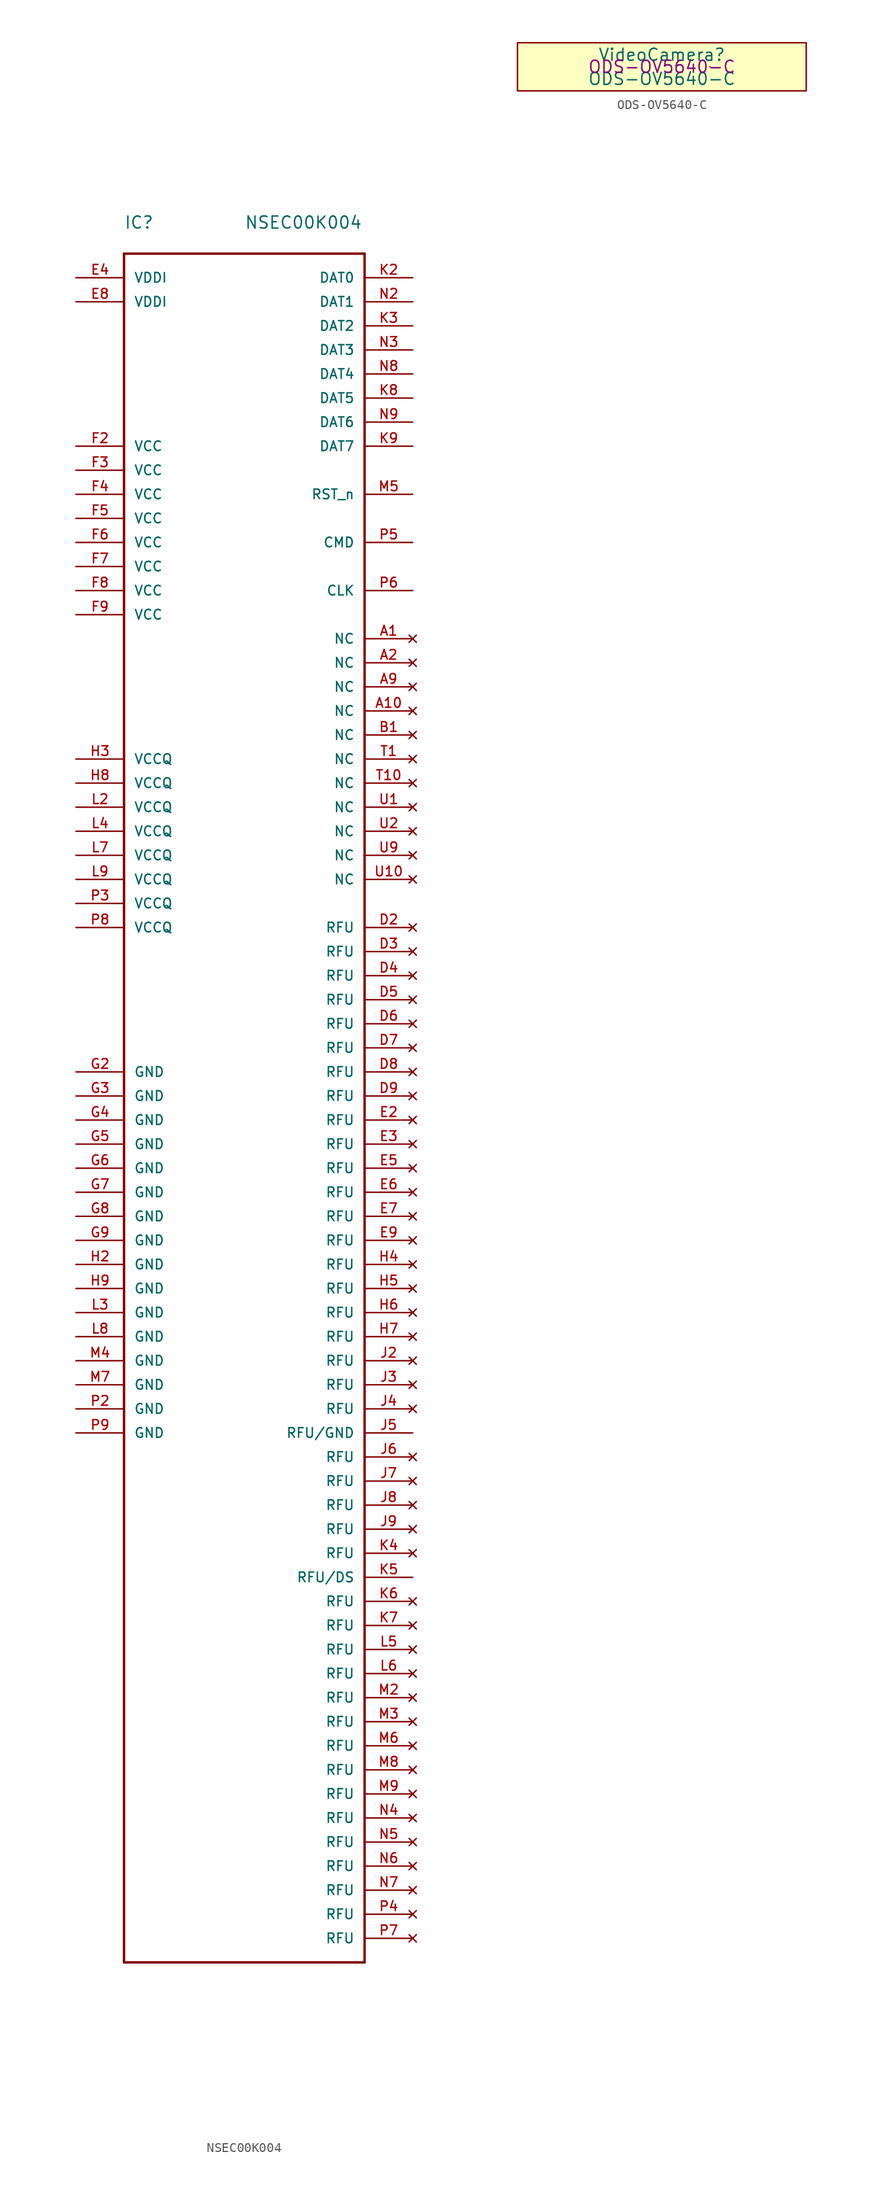
<source format=kicad_sym>
(kicad_symbol_lib
  (version 20220914)
  (generator kicad_symbol_editor)
  (symbol "NSEC00K004"
    (pin_names
      (offset 1.016))
    (property "Reference" "IC"
      (at 0 2.54 0)
      (effects (font (size 1.27 1.27)) (justify left bottom)))
    (property "Value" "NSEC00K004"
      (at 12.7 2.54 0)
      (effects (font (size 1.27 1.27)) (justify left bottom)))
    (symbol "NSEC00K004_1_0"
      (polyline (pts (xy 0 -180.34) (xy 0 0)) (stroke (width 0.254) (type solid)) (fill (type none)))
      (polyline (pts (xy 0 0) (xy 25.4 0)) (stroke (width 0.254) (type solid)) (fill (type none)))
      (polyline (pts (xy 25.4 -180.34) (xy 0 -180.34)) (stroke (width 0.254) (type solid)) (fill (type none)))
      (polyline (pts (xy 25.4 0) (xy 25.4 -180.34)) (stroke (width 0.254) (type solid)) (fill (type none))))
    (symbol "NSEC00K004_1_1"
      (pin no_connect line (at 30.48 -40.64 180) (length 5.08) (name "NC" (effects (font (size 1.016 1.016)))) (number "A1" (effects (font (size 1.016 1.016)))))
      (pin no_connect line (at 30.48 -48.26 180) (length 5.08) (name "NC" (effects (font (size 1.016 1.016)))) (number "A10" (effects (font (size 1.016 1.016)))))
      (pin no_connect line (at 30.48 -43.18 180) (length 5.08) (name "NC" (effects (font (size 1.016 1.016)))) (number "A2" (effects (font (size 1.016 1.016)))))
      (pin no_connect line (at 30.48 -45.72 180) (length 5.08) (name "NC" (effects (font (size 1.016 1.016)))) (number "A9" (effects (font (size 1.016 1.016)))))
      (pin no_connect line (at 30.48 -50.8 180) (length 5.08) (name "NC" (effects (font (size 1.016 1.016)))) (number "B1" (effects (font (size 1.016 1.016)))))
      (pin no_connect line (at 30.48 -71.12 180) (length 5.08) (name "RFU" (effects (font (size 1.016 1.016)))) (number "D2" (effects (font (size 1.016 1.016)))))
      (pin no_connect line (at 30.48 -73.66 180) (length 5.08) (name "RFU" (effects (font (size 1.016 1.016)))) (number "D3" (effects (font (size 1.016 1.016)))))
      (pin no_connect line (at 30.48 -76.2 180) (length 5.08) (name "RFU" (effects (font (size 1.016 1.016)))) (number "D4" (effects (font (size 1.016 1.016)))))
      (pin no_connect line (at 30.48 -78.74 180) (length 5.08) (name "RFU" (effects (font (size 1.016 1.016)))) (number "D5" (effects (font (size 1.016 1.016)))))
      (pin no_connect line (at 30.48 -81.28 180) (length 5.08) (name "RFU" (effects (font (size 1.016 1.016)))) (number "D6" (effects (font (size 1.016 1.016)))))
      (pin no_connect line (at 30.48 -83.82 180) (length 5.08) (name "RFU" (effects (font (size 1.016 1.016)))) (number "D7" (effects (font (size 1.016 1.016)))))
      (pin no_connect line (at 30.48 -86.36 180) (length 5.08) (name "RFU" (effects (font (size 1.016 1.016)))) (number "D8" (effects (font (size 1.016 1.016)))))
      (pin no_connect line (at 30.48 -88.9 180) (length 5.08) (name "RFU" (effects (font (size 1.016 1.016)))) (number "D9" (effects (font (size 1.016 1.016)))))
      (pin no_connect line (at 30.48 -91.44 180) (length 5.08) (name "RFU" (effects (font (size 1.016 1.016)))) (number "E2" (effects (font (size 1.016 1.016)))))
      (pin no_connect line (at 30.48 -93.98 180) (length 5.08) (name "RFU" (effects (font (size 1.016 1.016)))) (number "E3" (effects (font (size 1.016 1.016)))))
      (pin power_in line (at -5.08 -2.54 0) (length 5.08) (name "VDDI" (effects (font (size 1.016 1.016)))) (number "E4" (effects (font (size 1.016 1.016)))))
      (pin no_connect line (at 30.48 -96.52 180) (length 5.08) (name "RFU" (effects (font (size 1.016 1.016)))) (number "E5" (effects (font (size 1.016 1.016)))))
      (pin no_connect line (at 30.48 -99.06 180) (length 5.08) (name "RFU" (effects (font (size 1.016 1.016)))) (number "E6" (effects (font (size 1.016 1.016)))))
      (pin no_connect line (at 30.48 -101.6 180) (length 5.08) (name "RFU" (effects (font (size 1.016 1.016)))) (number "E7" (effects (font (size 1.016 1.016)))))
      (pin power_in line (at -5.08 -5.08 0) (length 5.08) (name "VDDI" (effects (font (size 1.016 1.016)))) (number "E8" (effects (font (size 1.016 1.016)))))
      (pin no_connect line (at 30.48 -104.14 180) (length 5.08) (name "RFU" (effects (font (size 1.016 1.016)))) (number "E9" (effects (font (size 1.016 1.016)))))
      (pin power_in line (at -5.08 -20.32 0) (length 5.08) (name "VCC" (effects (font (size 1.016 1.016)))) (number "F2" (effects (font (size 1.016 1.016)))))
      (pin power_in line (at -5.08 -22.86 0) (length 5.08) (name "VCC" (effects (font (size 1.016 1.016)))) (number "F3" (effects (font (size 1.016 1.016)))))
      (pin power_in line (at -5.08 -25.4 0) (length 5.08) (name "VCC" (effects (font (size 1.016 1.016)))) (number "F4" (effects (font (size 1.016 1.016)))))
      (pin power_in line (at -5.08 -27.94 0) (length 5.08) (name "VCC" (effects (font (size 1.016 1.016)))) (number "F5" (effects (font (size 1.016 1.016)))))
      (pin power_in line (at -5.08 -30.48 0) (length 5.08) (name "VCC" (effects (font (size 1.016 1.016)))) (number "F6" (effects (font (size 1.016 1.016)))))
      (pin power_in line (at -5.08 -33.02 0) (length 5.08) (name "VCC" (effects (font (size 1.016 1.016)))) (number "F7" (effects (font (size 1.016 1.016)))))
      (pin power_in line (at -5.08 -35.56 0) (length 5.08) (name "VCC" (effects (font (size 1.016 1.016)))) (number "F8" (effects (font (size 1.016 1.016)))))
      (pin power_in line (at -5.08 -38.1 0) (length 5.08) (name "VCC" (effects (font (size 1.016 1.016)))) (number "F9" (effects (font (size 1.016 1.016)))))
      (pin power_in line (at -5.08 -86.36 0) (length 5.08) (name "GND" (effects (font (size 1.016 1.016)))) (number "G2" (effects (font (size 1.016 1.016)))))
      (pin power_in line (at -5.08 -88.9 0) (length 5.08) (name "GND" (effects (font (size 1.016 1.016)))) (number "G3" (effects (font (size 1.016 1.016)))))
      (pin power_in line (at -5.08 -91.44 0) (length 5.08) (name "GND" (effects (font (size 1.016 1.016)))) (number "G4" (effects (font (size 1.016 1.016)))))
      (pin power_in line (at -5.08 -93.98 0) (length 5.08) (name "GND" (effects (font (size 1.016 1.016)))) (number "G5" (effects (font (size 1.016 1.016)))))
      (pin power_in line (at -5.08 -96.52 0) (length 5.08) (name "GND" (effects (font (size 1.016 1.016)))) (number "G6" (effects (font (size 1.016 1.016)))))
      (pin power_in line (at -5.08 -99.06 0) (length 5.08) (name "GND" (effects (font (size 1.016 1.016)))) (number "G7" (effects (font (size 1.016 1.016)))))
      (pin power_in line (at -5.08 -101.6 0) (length 5.08) (name "GND" (effects (font (size 1.016 1.016)))) (number "G8" (effects (font (size 1.016 1.016)))))
      (pin power_in line (at -5.08 -104.14 0) (length 5.08) (name "GND" (effects (font (size 1.016 1.016)))) (number "G9" (effects (font (size 1.016 1.016)))))
      (pin power_in line (at -5.08 -106.68 0) (length 5.08) (name "GND" (effects (font (size 1.016 1.016)))) (number "H2" (effects (font (size 1.016 1.016)))))
      (pin power_in line (at -5.08 -53.34 0) (length 5.08) (name "VCCQ" (effects (font (size 1.016 1.016)))) (number "H3" (effects (font (size 1.016 1.016)))))
      (pin no_connect line (at 30.48 -106.68 180) (length 5.08) (name "RFU" (effects (font (size 1.016 1.016)))) (number "H4" (effects (font (size 1.016 1.016)))))
      (pin no_connect line (at 30.48 -109.22 180) (length 5.08) (name "RFU" (effects (font (size 1.016 1.016)))) (number "H5" (effects (font (size 1.016 1.016)))))
      (pin no_connect line (at 30.48 -111.76 180) (length 5.08) (name "RFU" (effects (font (size 1.016 1.016)))) (number "H6" (effects (font (size 1.016 1.016)))))
      (pin no_connect line (at 30.48 -114.3 180) (length 5.08) (name "RFU" (effects (font (size 1.016 1.016)))) (number "H7" (effects (font (size 1.016 1.016)))))
      (pin power_in line (at -5.08 -55.88 0) (length 5.08) (name "VCCQ" (effects (font (size 1.016 1.016)))) (number "H8" (effects (font (size 1.016 1.016)))))
      (pin power_in line (at -5.08 -109.22 0) (length 5.08) (name "GND" (effects (font (size 1.016 1.016)))) (number "H9" (effects (font (size 1.016 1.016)))))
      (pin no_connect line (at 30.48 -116.84 180) (length 5.08) (name "RFU" (effects (font (size 1.016 1.016)))) (number "J2" (effects (font (size 1.016 1.016)))))
      (pin no_connect line (at 30.48 -119.38 180) (length 5.08) (name "RFU" (effects (font (size 1.016 1.016)))) (number "J3" (effects (font (size 1.016 1.016)))))
      (pin no_connect line (at 30.48 -121.92 180) (length 5.08) (name "RFU" (effects (font (size 1.016 1.016)))) (number "J4" (effects (font (size 1.016 1.016)))))
      (pin power_in line (at 30.48 -124.46 180) (length 5.08) (name "RFU/GND" (effects (font (size 1.016 1.016)))) (number "J5" (effects (font (size 1.016 1.016)))))
      (pin no_connect line (at 30.48 -127 180) (length 5.08) (name "RFU" (effects (font (size 1.016 1.016)))) (number "J6" (effects (font (size 1.016 1.016)))))
      (pin no_connect line (at 30.48 -129.54 180) (length 5.08) (name "RFU" (effects (font (size 1.016 1.016)))) (number "J7" (effects (font (size 1.016 1.016)))))
      (pin no_connect line (at 30.48 -132.08 180) (length 5.08) (name "RFU" (effects (font (size 1.016 1.016)))) (number "J8" (effects (font (size 1.016 1.016)))))
      (pin no_connect line (at 30.48 -134.62 180) (length 5.08) (name "RFU" (effects (font (size 1.016 1.016)))) (number "J9" (effects (font (size 1.016 1.016)))))
      (pin bidirectional line (at 30.48 -2.54 180) (length 5.08) (name "DAT0" (effects (font (size 1.016 1.016)))) (number "K2" (effects (font (size 1.016 1.016)))))
      (pin bidirectional line (at 30.48 -7.62 180) (length 5.08) (name "DAT2" (effects (font (size 1.016 1.016)))) (number "K3" (effects (font (size 1.016 1.016)))))
      (pin no_connect line (at 30.48 -137.16 180) (length 5.08) (name "RFU" (effects (font (size 1.016 1.016)))) (number "K4" (effects (font (size 1.016 1.016)))))
      (pin input line (at 30.48 -139.7 180) (length 5.08) (name "RFU/DS" (effects (font (size 1.016 1.016)))) (number "K5" (effects (font (size 1.016 1.016)))))
      (pin no_connect line (at 30.48 -142.24 180) (length 5.08) (name "RFU" (effects (font (size 1.016 1.016)))) (number "K6" (effects (font (size 1.016 1.016)))))
      (pin no_connect line (at 30.48 -144.78 180) (length 5.08) (name "RFU" (effects (font (size 1.016 1.016)))) (number "K7" (effects (font (size 1.016 1.016)))))
      (pin bidirectional line (at 30.48 -15.24 180) (length 5.08) (name "DAT5" (effects (font (size 1.016 1.016)))) (number "K8" (effects (font (size 1.016 1.016)))))
      (pin bidirectional line (at 30.48 -20.32 180) (length 5.08) (name "DAT7" (effects (font (size 1.016 1.016)))) (number "K9" (effects (font (size 1.016 1.016)))))
      (pin power_in line (at -5.08 -58.42 0) (length 5.08) (name "VCCQ" (effects (font (size 1.016 1.016)))) (number "L2" (effects (font (size 1.016 1.016)))))
      (pin power_in line (at -5.08 -111.76 0) (length 5.08) (name "GND" (effects (font (size 1.016 1.016)))) (number "L3" (effects (font (size 1.016 1.016)))))
      (pin power_in line (at -5.08 -60.96 0) (length 5.08) (name "VCCQ" (effects (font (size 1.016 1.016)))) (number "L4" (effects (font (size 1.016 1.016)))))
      (pin no_connect line (at 30.48 -147.32 180) (length 5.08) (name "RFU" (effects (font (size 1.016 1.016)))) (number "L5" (effects (font (size 1.016 1.016)))))
      (pin no_connect line (at 30.48 -149.86 180) (length 5.08) (name "RFU" (effects (font (size 1.016 1.016)))) (number "L6" (effects (font (size 1.016 1.016)))))
      (pin power_in line (at -5.08 -63.5 0) (length 5.08) (name "VCCQ" (effects (font (size 1.016 1.016)))) (number "L7" (effects (font (size 1.016 1.016)))))
      (pin power_in line (at -5.08 -114.3 0) (length 5.08) (name "GND" (effects (font (size 1.016 1.016)))) (number "L8" (effects (font (size 1.016 1.016)))))
      (pin power_in line (at -5.08 -66.04 0) (length 5.08) (name "VCCQ" (effects (font (size 1.016 1.016)))) (number "L9" (effects (font (size 1.016 1.016)))))
      (pin no_connect line (at 30.48 -152.4 180) (length 5.08) (name "RFU" (effects (font (size 1.016 1.016)))) (number "M2" (effects (font (size 1.016 1.016)))))
      (pin no_connect line (at 30.48 -154.94 180) (length 5.08) (name "RFU" (effects (font (size 1.016 1.016)))) (number "M3" (effects (font (size 1.016 1.016)))))
      (pin power_in line (at -5.08 -116.84 0) (length 5.08) (name "GND" (effects (font (size 1.016 1.016)))) (number "M4" (effects (font (size 1.016 1.016)))))
      (pin input line (at 30.48 -25.4 180) (length 5.08) (name "RST_n" (effects (font (size 1.016 1.016)))) (number "M5" (effects (font (size 1.016 1.016)))))
      (pin no_connect line (at 30.48 -157.48 180) (length 5.08) (name "RFU" (effects (font (size 1.016 1.016)))) (number "M6" (effects (font (size 1.016 1.016)))))
      (pin power_in line (at -5.08 -119.38 0) (length 5.08) (name "GND" (effects (font (size 1.016 1.016)))) (number "M7" (effects (font (size 1.016 1.016)))))
      (pin no_connect line (at 30.48 -160.02 180) (length 5.08) (name "RFU" (effects (font (size 1.016 1.016)))) (number "M8" (effects (font (size 1.016 1.016)))))
      (pin no_connect line (at 30.48 -162.56 180) (length 5.08) (name "RFU" (effects (font (size 1.016 1.016)))) (number "M9" (effects (font (size 1.016 1.016)))))
      (pin bidirectional line (at 30.48 -5.08 180) (length 5.08) (name "DAT1" (effects (font (size 1.016 1.016)))) (number "N2" (effects (font (size 1.016 1.016)))))
      (pin bidirectional line (at 30.48 -10.16 180) (length 5.08) (name "DAT3" (effects (font (size 1.016 1.016)))) (number "N3" (effects (font (size 1.016 1.016)))))
      (pin no_connect line (at 30.48 -165.1 180) (length 5.08) (name "RFU" (effects (font (size 1.016 1.016)))) (number "N4" (effects (font (size 1.016 1.016)))))
      (pin no_connect line (at 30.48 -167.64 180) (length 5.08) (name "RFU" (effects (font (size 1.016 1.016)))) (number "N5" (effects (font (size 1.016 1.016)))))
      (pin no_connect line (at 30.48 -170.18 180) (length 5.08) (name "RFU" (effects (font (size 1.016 1.016)))) (number "N6" (effects (font (size 1.016 1.016)))))
      (pin no_connect line (at 30.48 -172.72 180) (length 5.08) (name "RFU" (effects (font (size 1.016 1.016)))) (number "N7" (effects (font (size 1.016 1.016)))))
      (pin bidirectional line (at 30.48 -12.7 180) (length 5.08) (name "DAT4" (effects (font (size 1.016 1.016)))) (number "N8" (effects (font (size 1.016 1.016)))))
      (pin bidirectional line (at 30.48 -17.78 180) (length 5.08) (name "DAT6" (effects (font (size 1.016 1.016)))) (number "N9" (effects (font (size 1.016 1.016)))))
      (pin power_in line (at -5.08 -121.92 0) (length 5.08) (name "GND" (effects (font (size 1.016 1.016)))) (number "P2" (effects (font (size 1.016 1.016)))))
      (pin power_in line (at -5.08 -68.58 0) (length 5.08) (name "VCCQ" (effects (font (size 1.016 1.016)))) (number "P3" (effects (font (size 1.016 1.016)))))
      (pin no_connect line (at 30.48 -175.26 180) (length 5.08) (name "RFU" (effects (font (size 1.016 1.016)))) (number "P4" (effects (font (size 1.016 1.016)))))
      (pin input line (at 30.48 -30.48 180) (length 5.08) (name "CMD" (effects (font (size 1.016 1.016)))) (number "P5" (effects (font (size 1.016 1.016)))))
      (pin input line (at 30.48 -35.56 180) (length 5.08) (name "CLK" (effects (font (size 1.016 1.016)))) (number "P6" (effects (font (size 1.016 1.016)))))
      (pin no_connect line (at 30.48 -177.8 180) (length 5.08) (name "RFU" (effects (font (size 1.016 1.016)))) (number "P7" (effects (font (size 1.016 1.016)))))
      (pin power_in line (at -5.08 -71.12 0) (length 5.08) (name "VCCQ" (effects (font (size 1.016 1.016)))) (number "P8" (effects (font (size 1.016 1.016)))))
      (pin power_in line (at -5.08 -124.46 0) (length 5.08) (name "GND" (effects (font (size 1.016 1.016)))) (number "P9" (effects (font (size 1.016 1.016)))))
      (pin no_connect line (at 30.48 -53.34 180) (length 5.08) (name "NC" (effects (font (size 1.016 1.016)))) (number "T1" (effects (font (size 1.016 1.016)))))
      (pin no_connect line (at 30.48 -55.88 180) (length 5.08) (name "NC" (effects (font (size 1.016 1.016)))) (number "T10" (effects (font (size 1.016 1.016)))))
      (pin no_connect line (at 30.48 -58.42 180) (length 5.08) (name "NC" (effects (font (size 1.016 1.016)))) (number "U1" (effects (font (size 1.016 1.016)))))
      (pin no_connect line (at 30.48 -66.04 180) (length 5.08) (name "NC" (effects (font (size 1.016 1.016)))) (number "U10" (effects (font (size 1.016 1.016)))))
      (pin no_connect line (at 30.48 -60.96 180) (length 5.08) (name "NC" (effects (font (size 1.016 1.016)))) (number "U2" (effects (font (size 1.016 1.016)))))
      (pin no_connect line (at 30.48 -63.5 180) (length 5.08) (name "NC" (effects (font (size 1.016 1.016)))) (number "U9" (effects (font (size 1.016 1.016)))))))
  (symbol "ODS-OV5640-C"
    (pin_names
      (offset 1.016))
    (property "Reference" "VideoCamera"
      (at 0 1.27 0)
      (effects (font (size 1.27 1.27))))
    (property "Value" "ODS-OV5640-C"
      (at 0 -1.27 0)
      (effects (font (size 1.27 1.27))))
    (property "Mfr. Part Number" "ODS-OV5640-C"
      (at 0 0 0)
      (effects (font (size 1.27 1.27))))
    (symbol "ODS-OV5640-C_0_1"
      (rectangle (start -15.24 2.54) (end 15.24 -2.54) (stroke (width 0) (type solid)) (fill (type background)))
      (rectangle (start 5.08 0) (end 5.08 0) (stroke (width 0) (type solid)) (fill (type none))))))
</source>
